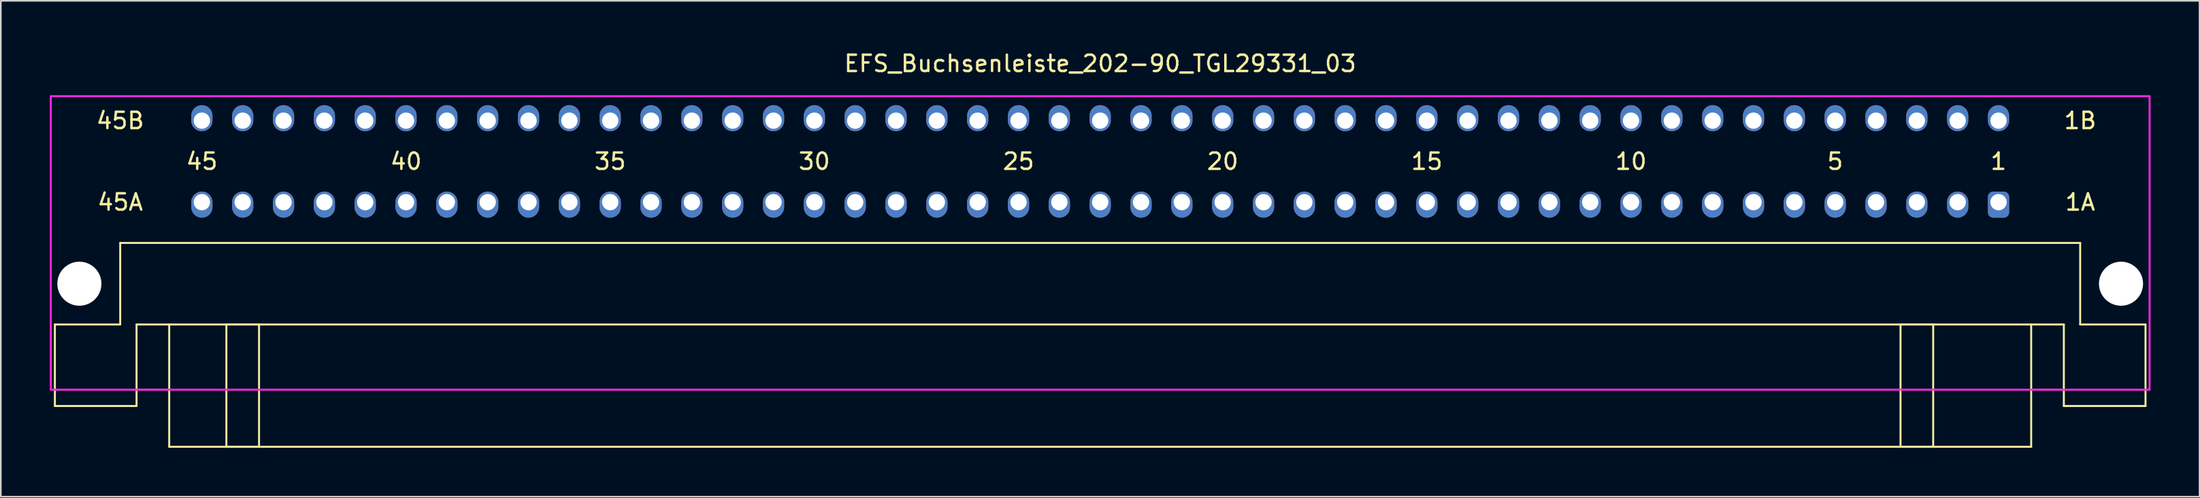
<source format=kicad_pcb>
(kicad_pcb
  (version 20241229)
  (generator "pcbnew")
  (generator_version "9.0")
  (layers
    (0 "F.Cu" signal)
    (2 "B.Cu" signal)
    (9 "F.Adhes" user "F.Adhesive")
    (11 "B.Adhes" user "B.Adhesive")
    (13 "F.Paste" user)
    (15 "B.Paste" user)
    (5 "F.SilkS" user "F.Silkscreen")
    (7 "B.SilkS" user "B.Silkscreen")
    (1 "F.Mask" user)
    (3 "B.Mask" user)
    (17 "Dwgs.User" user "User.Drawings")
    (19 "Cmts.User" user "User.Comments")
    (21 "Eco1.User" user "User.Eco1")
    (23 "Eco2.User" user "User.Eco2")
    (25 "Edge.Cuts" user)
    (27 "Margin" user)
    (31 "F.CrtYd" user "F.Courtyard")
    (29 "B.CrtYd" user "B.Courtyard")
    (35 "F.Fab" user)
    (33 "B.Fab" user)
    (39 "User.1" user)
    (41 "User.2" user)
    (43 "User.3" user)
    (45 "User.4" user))
  (footprint "EFS_Buchsenleiste_202-90_TGL29331_03"
    (layer "F.Cu")
    (at 64.31 20.848)
    (property "Reference" "EFS_Buchsenleiste_202-90_TGL29331_03" (at 0 -20 0) (layer "F.SilkS") (effects (font (size 1 1) (thickness 0.15))))
    (attr through_hole)
    (fp_line (start -64 -4) (end -64 1) (stroke (width 0.12) (type solid)) (layer "F.SilkS"))
    (fp_line (start -64 -4) (end -60 -4) (stroke (width 0.12) (type solid)) (layer "F.SilkS"))
    (fp_line (start -64 1) (end -59 1) (stroke (width 0.12) (type solid)) (layer "F.SilkS"))
    (fp_line (start -60 -9) (end -60 -4) (stroke (width 0.12) (type solid)) (layer "F.SilkS"))
    (fp_line (start -59 -4) (end -59 1) (stroke (width 0.12) (type solid)) (layer "F.SilkS"))
    (fp_line (start -59 -4) (end 59 -4) (stroke (width 0.12) (type solid)) (layer "F.SilkS"))
    (fp_line (start -57 0) (end -59 0) (stroke (width 0.12) (type solid)) (layer "F.SilkS"))
    (fp_line (start -57 3.5) (end -57 -4) (stroke (width 0.12) (type solid)) (layer "F.SilkS"))
    (fp_line (start -57 3.5) (end 57 3.5) (stroke (width 0.12) (type solid)) (layer "F.SilkS"))
    (fp_line (start 57 3.5) (end 57 -4) (stroke (width 0.12) (type solid)) (layer "F.SilkS"))
    (fp_line (start 59 -4) (end 59 1) (stroke (width 0.12) (type solid)) (layer "F.SilkS"))
    (fp_line (start 59 0) (end 57 0) (stroke (width 0.12) (type solid)) (layer "F.SilkS"))
    (fp_line (start 59 1) (end 64 1) (stroke (width 0.12) (type solid)) (layer "F.SilkS"))
    (fp_line (start 60 -9) (end -60 -9) (stroke (width 0.12) (type solid)) (layer "F.SilkS"))
    (fp_line (start 60 -9) (end 60 -4) (stroke (width 0.12) (type solid)) (layer "F.SilkS"))
    (fp_line (start 60 -4) (end 64 -4) (stroke (width 0.12) (type solid)) (layer "F.SilkS"))
    (fp_line (start 64 -4) (end 64 1) (stroke (width 0.12) (type solid)) (layer "F.SilkS"))
    (fp_rect (start -53.5 -4) (end -51.5 3.5) (stroke (width 0.12) (type solid)) (fill no) (layer "F.SilkS"))
    (fp_rect (start 49 -4) (end 51 3.5) (stroke (width 0.12) (type solid)) (fill no) (layer "F.SilkS"))
    (fp_rect (start -64.25 -18) (end 64.25 0) (stroke (width 0.12) (type solid)) (fill no) (layer "F.CrtYd"))
    (fp_text user "15" (at 20 -14 180) (layer "F.SilkS") (effects (font (size 1 1) (thickness 0.15))))
    (fp_text user "1A" (at 60 -11.5 180) (layer "F.SilkS") (effects (font (size 1 1) (thickness 0.15))))
    (fp_text user "30" (at -17.5 -14 180) (layer "F.SilkS") (effects (font (size 1 1) (thickness 0.15))))
    (fp_text user "20" (at 7.5 -14 180) (layer "F.SilkS") (effects (font (size 1 1) (thickness 0.15))))
    (fp_text user "10" (at 32.5 -14 180) (layer "F.SilkS") (effects (font (size 1 1) (thickness 0.15))))
    (fp_text user "40" (at -42.5 -14 180) (layer "F.SilkS") (effects (font (size 1 1) (thickness 0.15))))
    (fp_text user "5" (at 45 -14 180) (layer "F.SilkS") (effects (font (size 1 1) (thickness 0.15))))
    (fp_text user "45A" (at -60 -11.5 180) (layer "F.SilkS") (effects (font (size 1 1) (thickness 0.15))))
    (fp_text user "45" (at -55 -14 180) (layer "F.SilkS") (effects (font (size 1 1) (thickness 0.15))))
    (fp_text user "45B" (at -60 -16.5 180) (layer "F.SilkS") (effects (font (size 1 1) (thickness 0.15))))
    (fp_text user "25" (at -5 -14 180) (layer "F.SilkS") (effects (font (size 1 1) (thickness 0.15))))
    (fp_text user "1B" (at 60 -16.5 180) (layer "F.SilkS") (effects (font (size 1 1) (thickness 0.15))))
    (fp_text user "1" (at 55 -14 180) (layer "F.SilkS") (effects (font (size 1 1) (thickness 0.15))))
    (fp_text user "35" (at -30 -14 180) (layer "F.SilkS") (effects (font (size 1 1) (thickness 0.15))))
    (pad "" np_thru_hole circle (at -62.5 -6.5 180) (size 2.7 2.7) (drill 2.7) (layers "*.Cu" "*.Mask"))
    (pad "" np_thru_hole circle (at 62.5 -6.5 180) (size 2.7 2.7) (drill 2.7) (layers "*.Cu" "*.Mask"))
    (pad "1a" thru_hole roundrect (at 55 -11.5 180) (size 1.3 1.6) (drill 1 (offset 0 -0.15)) (layers "*.Cu" "*.Mask") (roundrect_rratio 0.25))
    (pad "1b" thru_hole oval (at 55 -16.5 180) (size 1.3 1.6) (drill 1 (offset 0 0.15)) (layers "*.Cu" "*.Mask"))
    (pad "2a" thru_hole oval (at 52.5 -11.5 180) (size 1.3 1.6) (drill 1 (offset 0 -0.15)) (layers "*.Cu" "*.Mask"))
    (pad "2b" thru_hole oval (at 52.5 -16.5 180) (size 1.3 1.6) (drill 1 (offset 0 0.15)) (layers "*.Cu" "*.Mask"))
    (pad "3a" thru_hole oval (at 50 -11.5 180) (size 1.3 1.6) (drill 1 (offset 0 -0.15)) (layers "*.Cu" "*.Mask"))
    (pad "3b" thru_hole oval (at 50 -16.5 180) (size 1.3 1.6) (drill 1 (offset 0 0.15)) (layers "*.Cu" "*.Mask"))
    (pad "4a" thru_hole oval (at 47.5 -11.5 180) (size 1.3 1.6) (drill 1 (offset 0 -0.15)) (layers "*.Cu" "*.Mask"))
    (pad "4b" thru_hole oval (at 47.5 -16.5 180) (size 1.3 1.6) (drill 1 (offset 0 0.15)) (layers "*.Cu" "*.Mask"))
    (pad "5a" thru_hole oval (at 45 -11.5 180) (size 1.3 1.6) (drill 1 (offset 0 -0.15)) (layers "*.Cu" "*.Mask"))
    (pad "5b" thru_hole oval (at 45 -16.5 180) (size 1.3 1.6) (drill 1 (offset 0 0.15)) (layers "*.Cu" "*.Mask"))
    (pad "6a" thru_hole oval (at 42.5 -11.5 180) (size 1.3 1.6) (drill 1 (offset 0 -0.15)) (layers "*.Cu" "*.Mask"))
    (pad "6b" thru_hole oval (at 42.5 -16.5 180) (size 1.3 1.6) (drill 1 (offset 0 0.15)) (layers "*.Cu" "*.Mask"))
    (pad "7a" thru_hole oval (at 40 -11.5 180) (size 1.3 1.6) (drill 1 (offset 0 -0.15)) (layers "*.Cu" "*.Mask"))
    (pad "7b" thru_hole oval (at 40 -16.5 180) (size 1.3 1.6) (drill 1 (offset 0 0.15)) (layers "*.Cu" "*.Mask"))
    (pad "8a" thru_hole oval (at 37.5 -11.5 180) (size 1.3 1.6) (drill 1 (offset 0 -0.15)) (layers "*.Cu" "*.Mask"))
    (pad "8b" thru_hole oval (at 37.5 -16.5 180) (size 1.3 1.6) (drill 1 (offset 0 0.15)) (layers "*.Cu" "*.Mask"))
    (pad "9a" thru_hole oval (at 35 -11.5 180) (size 1.3 1.6) (drill 1 (offset 0 -0.15)) (layers "*.Cu" "*.Mask"))
    (pad "9b" thru_hole oval (at 35 -16.5 180) (size 1.3 1.6) (drill 1 (offset 0 0.15)) (layers "*.Cu" "*.Mask"))
    (pad "10a" thru_hole oval (at 32.5 -11.5 180) (size 1.3 1.6) (drill 1 (offset 0 -0.15)) (layers "*.Cu" "*.Mask"))
    (pad "10b" thru_hole oval (at 32.5 -16.5 180) (size 1.3 1.6) (drill 1 (offset 0 0.15)) (layers "*.Cu" "*.Mask"))
    (pad "11a" thru_hole oval (at 30 -11.5 180) (size 1.3 1.6) (drill 1 (offset 0 -0.15)) (layers "*.Cu" "*.Mask"))
    (pad "11b" thru_hole oval (at 30 -16.5 180) (size 1.3 1.6) (drill 1 (offset 0 0.15)) (layers "*.Cu" "*.Mask"))
    (pad "12a" thru_hole oval (at 27.5 -11.5 180) (size 1.3 1.6) (drill 1 (offset 0 -0.15)) (layers "*.Cu" "*.Mask"))
    (pad "12b" thru_hole oval (at 27.5 -16.5 180) (size 1.3 1.6) (drill 1 (offset 0 0.15)) (layers "*.Cu" "*.Mask"))
    (pad "13a" thru_hole oval (at 25 -11.5 180) (size 1.3 1.6) (drill 1 (offset 0 -0.15)) (layers "*.Cu" "*.Mask"))
    (pad "13b" thru_hole oval (at 25 -16.5 180) (size 1.3 1.6) (drill 1 (offset 0 0.15)) (layers "*.Cu" "*.Mask"))
    (pad "14a" thru_hole oval (at 22.5 -11.5 180) (size 1.3 1.6) (drill 1 (offset 0 -0.15)) (layers "*.Cu" "*.Mask"))
    (pad "14b" thru_hole oval (at 22.5 -16.5 180) (size 1.3 1.6) (drill 1 (offset 0 0.15)) (layers "*.Cu" "*.Mask"))
    (pad "15a" thru_hole oval (at 20 -11.5 180) (size 1.3 1.6) (drill 1 (offset 0 -0.15)) (layers "*.Cu" "*.Mask"))
    (pad "15b" thru_hole oval (at 20 -16.5 180) (size 1.3 1.6) (drill 1 (offset 0 0.15)) (layers "*.Cu" "*.Mask"))
    (pad "16a" thru_hole oval (at 17.5 -11.5 180) (size 1.3 1.6) (drill 1 (offset 0 -0.15)) (layers "*.Cu" "*.Mask"))
    (pad "16b" thru_hole oval (at 17.5 -16.5 180) (size 1.3 1.6) (drill 1 (offset 0 0.15)) (layers "*.Cu" "*.Mask"))
    (pad "17a" thru_hole oval (at 15 -11.5 180) (size 1.3 1.6) (drill 1 (offset 0 -0.15)) (layers "*.Cu" "*.Mask"))
    (pad "17b" thru_hole oval (at 15 -16.5 180) (size 1.3 1.6) (drill 1 (offset 0 0.15)) (layers "*.Cu" "*.Mask"))
    (pad "18a" thru_hole oval (at 12.5 -11.5 180) (size 1.3 1.6) (drill 1 (offset 0 -0.15)) (layers "*.Cu" "*.Mask"))
    (pad "18b" thru_hole oval (at 12.5 -16.5 180) (size 1.3 1.6) (drill 1 (offset 0 0.15)) (layers "*.Cu" "*.Mask"))
    (pad "19a" thru_hole oval (at 10 -11.5 180) (size 1.3 1.6) (drill 1 (offset 0 -0.15)) (layers "*.Cu" "*.Mask"))
    (pad "19b" thru_hole oval (at 10 -16.5 180) (size 1.3 1.6) (drill 1 (offset 0 0.15)) (layers "*.Cu" "*.Mask"))
    (pad "20a" thru_hole oval (at 7.5 -11.5 180) (size 1.3 1.6) (drill 1 (offset 0 -0.15)) (layers "*.Cu" "*.Mask"))
    (pad "20b" thru_hole oval (at 7.5 -16.5 180) (size 1.3 1.6) (drill 1 (offset 0 0.15)) (layers "*.Cu" "*.Mask"))
    (pad "21a" thru_hole oval (at 5 -11.5 180) (size 1.3 1.6) (drill 1 (offset 0 -0.15)) (layers "*.Cu" "*.Mask"))
    (pad "21b" thru_hole oval (at 5 -16.5 180) (size 1.3 1.6) (drill 1 (offset 0 0.15)) (layers "*.Cu" "*.Mask"))
    (pad "22a" thru_hole oval (at 2.5 -11.5 180) (size 1.3 1.6) (drill 1 (offset 0 -0.15)) (layers "*.Cu" "*.Mask"))
    (pad "22b" thru_hole oval (at 2.5 -16.5 180) (size 1.3 1.6) (drill 1 (offset 0 0.15)) (layers "*.Cu" "*.Mask"))
    (pad "23a" thru_hole oval (at 0 -11.5 180) (size 1.3 1.6) (drill 1 (offset 0 -0.15)) (layers "*.Cu" "*.Mask"))
    (pad "23b" thru_hole oval (at 0 -16.5 180) (size 1.3 1.6) (drill 1 (offset 0 0.15)) (layers "*.Cu" "*.Mask"))
    (pad "24a" thru_hole oval (at -2.5 -11.5 180) (size 1.3 1.6) (drill 1 (offset 0 -0.15)) (layers "*.Cu" "*.Mask"))
    (pad "24b" thru_hole oval (at -2.5 -16.5 180) (size 1.3 1.6) (drill 1 (offset 0 0.15)) (layers "*.Cu" "*.Mask"))
    (pad "25a" thru_hole oval (at -5 -11.5 180) (size 1.3 1.6) (drill 1 (offset 0 -0.15)) (layers "*.Cu" "*.Mask"))
    (pad "25b" thru_hole oval (at -5 -16.5 180) (size 1.3 1.6) (drill 1 (offset 0 0.15)) (layers "*.Cu" "*.Mask"))
    (pad "26a" thru_hole oval (at -7.5 -11.5 180) (size 1.3 1.6) (drill 1 (offset 0 -0.15)) (layers "*.Cu" "*.Mask"))
    (pad "26b" thru_hole oval (at -7.5 -16.5 180) (size 1.3 1.6) (drill 1 (offset 0 0.15)) (layers "*.Cu" "*.Mask"))
    (pad "27a" thru_hole oval (at -10 -11.5 180) (size 1.3 1.6) (drill 1 (offset 0 -0.15)) (layers "*.Cu" "*.Mask"))
    (pad "27b" thru_hole oval (at -10 -16.5 180) (size 1.3 1.6) (drill 1 (offset 0 0.15)) (layers "*.Cu" "*.Mask"))
    (pad "28a" thru_hole oval (at -12.5 -11.5 180) (size 1.3 1.6) (drill 1 (offset 0 -0.15)) (layers "*.Cu" "*.Mask"))
    (pad "28b" thru_hole oval (at -12.5 -16.5 180) (size 1.3 1.6) (drill 1 (offset 0 0.15)) (layers "*.Cu" "*.Mask"))
    (pad "29a" thru_hole oval (at -15 -11.5 180) (size 1.3 1.6) (drill 1 (offset 0 -0.15)) (layers "*.Cu" "*.Mask"))
    (pad "29b" thru_hole oval (at -15 -16.5 180) (size 1.3 1.6) (drill 1 (offset 0 0.15)) (layers "*.Cu" "*.Mask"))
    (pad "30a" thru_hole oval (at -17.5 -11.5 180) (size 1.3 1.6) (drill 1 (offset 0 -0.15)) (layers "*.Cu" "*.Mask"))
    (pad "30b" thru_hole oval (at -17.5 -16.5 180) (size 1.3 1.6) (drill 1 (offset 0 0.15)) (layers "*.Cu" "*.Mask"))
    (pad "31a" thru_hole oval (at -20 -11.5 180) (size 1.3 1.6) (drill 1 (offset 0 -0.15)) (layers "*.Cu" "*.Mask"))
    (pad "31b" thru_hole oval (at -20 -16.5 180) (size 1.3 1.6) (drill 1 (offset 0 0.15)) (layers "*.Cu" "*.Mask"))
    (pad "32a" thru_hole oval (at -22.5 -11.5 180) (size 1.3 1.6) (drill 1 (offset 0 -0.15)) (layers "*.Cu" "*.Mask"))
    (pad "32b" thru_hole oval (at -22.5 -16.5 180) (size 1.3 1.6) (drill 1 (offset 0 0.15)) (layers "*.Cu" "*.Mask"))
    (pad "33a" thru_hole oval (at -25 -11.5 180) (size 1.3 1.6) (drill 1 (offset 0 -0.15)) (layers "*.Cu" "*.Mask"))
    (pad "33b" thru_hole oval (at -25 -16.5 180) (size 1.3 1.6) (drill 1 (offset 0 0.15)) (layers "*.Cu" "*.Mask"))
    (pad "34a" thru_hole oval (at -27.5 -11.5 180) (size 1.3 1.6) (drill 1 (offset 0 -0.15)) (layers "*.Cu" "*.Mask"))
    (pad "34b" thru_hole oval (at -27.5 -16.5 180) (size 1.3 1.6) (drill 1 (offset 0 0.15)) (layers "*.Cu" "*.Mask"))
    (pad "35a" thru_hole oval (at -30 -11.5 180) (size 1.3 1.6) (drill 1 (offset 0 -0.15)) (layers "*.Cu" "*.Mask"))
    (pad "35b" thru_hole oval (at -30 -16.5 180) (size 1.3 1.6) (drill 1 (offset 0 0.15)) (layers "*.Cu" "*.Mask"))
    (pad "36a" thru_hole oval (at -32.5 -11.5 180) (size 1.3 1.6) (drill 1 (offset 0 -0.15)) (layers "*.Cu" "*.Mask"))
    (pad "36b" thru_hole oval (at -32.5 -16.5 180) (size 1.3 1.6) (drill 1 (offset 0 0.15)) (layers "*.Cu" "*.Mask"))
    (pad "37a" thru_hole oval (at -35 -11.5 180) (size 1.3 1.6) (drill 1 (offset 0 -0.15)) (layers "*.Cu" "*.Mask"))
    (pad "37b" thru_hole oval (at -35 -16.5 180) (size 1.3 1.6) (drill 1 (offset 0 0.15)) (layers "*.Cu" "*.Mask"))
    (pad "38a" thru_hole oval (at -37.5 -11.5 180) (size 1.3 1.6) (drill 1 (offset 0 -0.15)) (layers "*.Cu" "*.Mask"))
    (pad "38b" thru_hole oval (at -37.5 -16.5 180) (size 1.3 1.6) (drill 1 (offset 0 0.15)) (layers "*.Cu" "*.Mask"))
    (pad "39a" thru_hole oval (at -40 -11.5 180) (size 1.3 1.6) (drill 1 (offset 0 -0.15)) (layers "*.Cu" "*.Mask"))
    (pad "39b" thru_hole oval (at -40 -16.5 180) (size 1.3 1.6) (drill 1 (offset 0 0.15)) (layers "*.Cu" "*.Mask"))
    (pad "40a" thru_hole oval (at -42.5 -11.5 180) (size 1.3 1.6) (drill 1 (offset 0 -0.15)) (layers "*.Cu" "*.Mask"))
    (pad "40b" thru_hole oval (at -42.5 -16.5 180) (size 1.3 1.6) (drill 1 (offset 0 0.15)) (layers "*.Cu" "*.Mask"))
    (pad "41a" thru_hole oval (at -45 -11.5 180) (size 1.3 1.6) (drill 1 (offset 0 -0.15)) (layers "*.Cu" "*.Mask"))
    (pad "41b" thru_hole oval (at -45 -16.5 180) (size 1.3 1.6) (drill 1 (offset 0 0.15)) (layers "*.Cu" "*.Mask"))
    (pad "42a" thru_hole oval (at -47.5 -11.5 180) (size 1.3 1.6) (drill 1 (offset 0 -0.15)) (layers "*.Cu" "*.Mask"))
    (pad "42b" thru_hole oval (at -47.5 -16.5 180) (size 1.3 1.6) (drill 1 (offset 0 0.15)) (layers "*.Cu" "*.Mask"))
    (pad "43a" thru_hole oval (at -50 -11.5 180) (size 1.3 1.6) (drill 1 (offset 0 -0.15)) (layers "*.Cu" "*.Mask"))
    (pad "43b" thru_hole oval (at -50 -16.5 180) (size 1.3 1.6) (drill 1 (offset 0 0.15)) (layers "*.Cu" "*.Mask"))
    (pad "44a" thru_hole oval (at -52.5 -11.5 180) (size 1.3 1.6) (drill 1 (offset 0 -0.15)) (layers "*.Cu" "*.Mask"))
    (pad "44b" thru_hole oval (at -52.5 -16.5 180) (size 1.3 1.6) (drill 1 (offset 0 0.15)) (layers "*.Cu" "*.Mask"))
    (pad "45a" thru_hole oval (at -55 -11.5 180) (size 1.3 1.6) (drill 1 (offset 0 -0.15)) (layers "*.Cu" "*.Mask"))
    (pad "45b" thru_hole oval (at -55 -16.5 180) (size 1.3 1.6) (drill 1 (offset 0 0.15)) (layers "*.Cu" "*.Mask")))
  (gr_rect
    (start -3 -3)
    (end 131.62 27.408)
    (stroke (width 0.1) (type default))
    (fill no)
    (layer "Edge.Cuts")))
</source>
